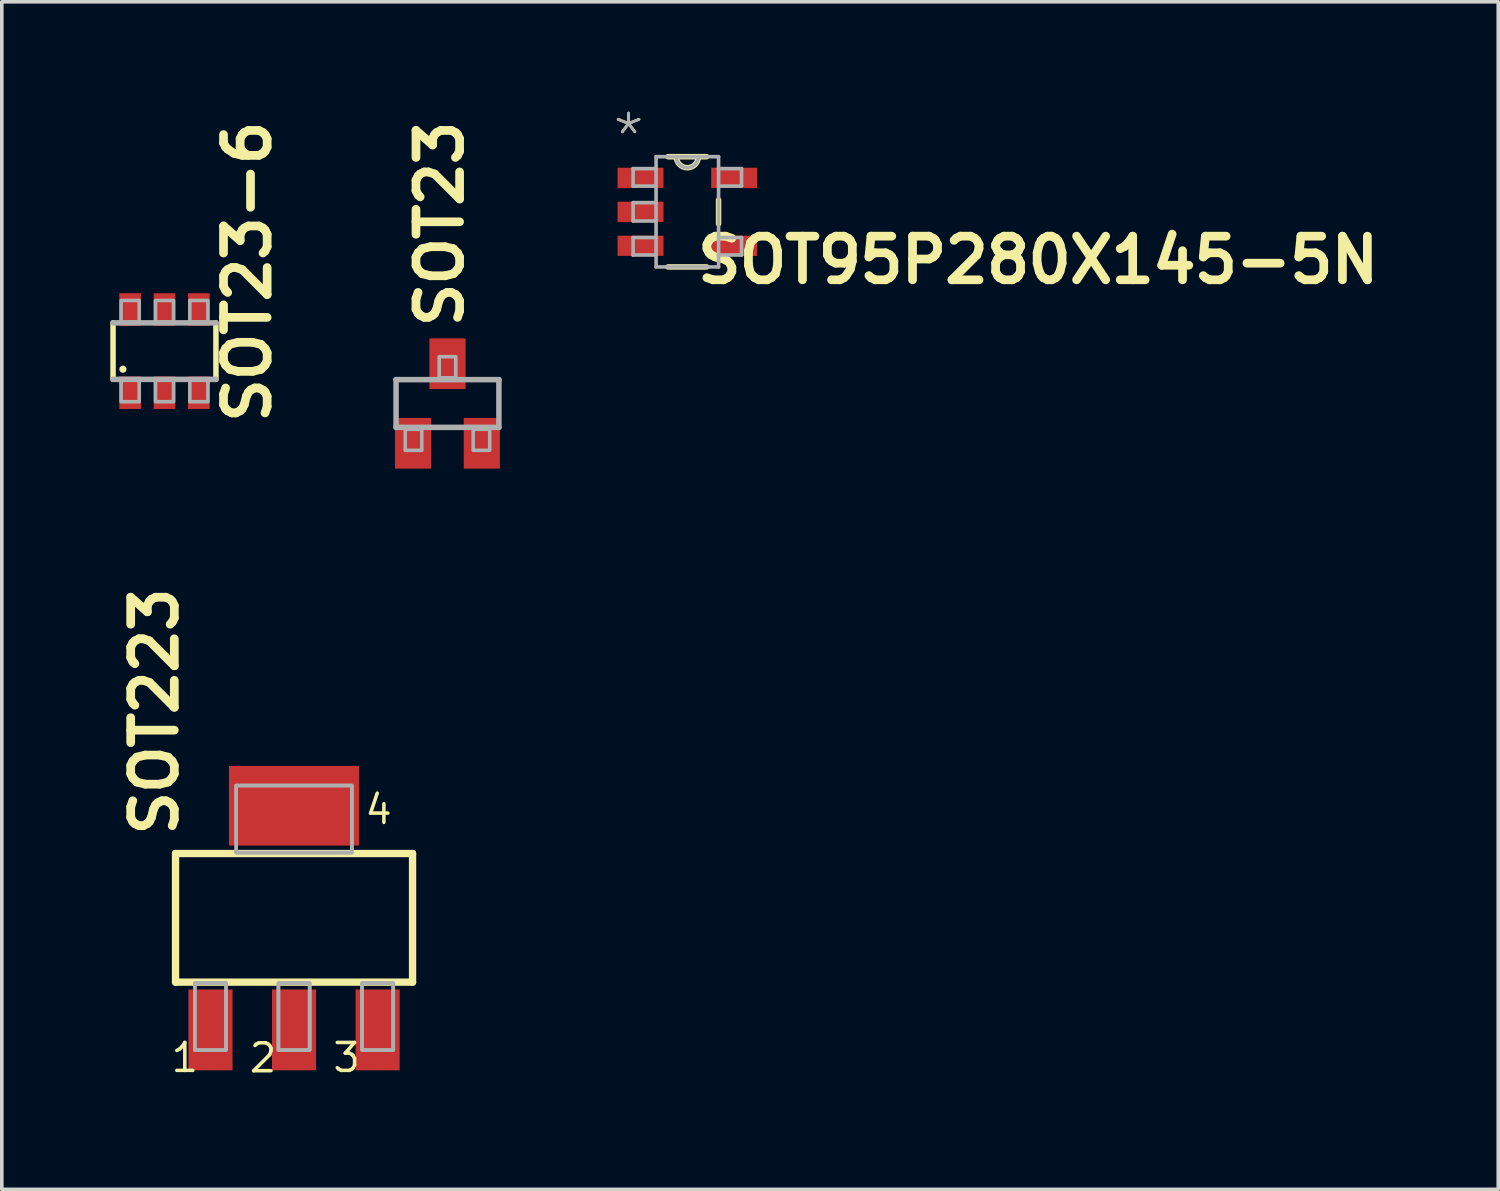
<source format=kicad_pcb>
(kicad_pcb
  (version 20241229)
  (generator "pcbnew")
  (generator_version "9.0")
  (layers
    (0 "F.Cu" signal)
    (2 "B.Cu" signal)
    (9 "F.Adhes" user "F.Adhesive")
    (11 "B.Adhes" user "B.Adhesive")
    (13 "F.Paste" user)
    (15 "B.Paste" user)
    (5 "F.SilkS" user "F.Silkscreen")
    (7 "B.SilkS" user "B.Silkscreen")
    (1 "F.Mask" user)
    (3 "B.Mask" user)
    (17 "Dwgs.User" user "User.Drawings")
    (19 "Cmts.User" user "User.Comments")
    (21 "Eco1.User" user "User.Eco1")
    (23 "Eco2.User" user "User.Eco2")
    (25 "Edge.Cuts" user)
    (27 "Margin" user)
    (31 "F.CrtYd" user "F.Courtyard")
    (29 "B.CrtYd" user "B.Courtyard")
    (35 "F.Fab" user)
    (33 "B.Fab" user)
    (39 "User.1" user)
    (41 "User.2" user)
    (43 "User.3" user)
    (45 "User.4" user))
  (footprint "SOT23"
    (layer "F.Cu")
    (at 9.324 8.108)
    (property "Reference" "SOT23" (at 0.495 -1.995 270) (layer "F.SilkS") (effects (font (size 1.206 1.206) (thickness 0.241)) (justify left bottom)))
    (attr through_hole)
    (fp_line (start -1.422 -0.66) (end 1.422 -0.66) (stroke (width 0.152) (type solid)) (layer "F.Fab"))
    (fp_line (start -1.422 0.66) (end -1.422 -0.66) (stroke (width 0.152) (type solid)) (layer "F.Fab"))
    (fp_line (start 1.422 -0.66) (end 1.422 0.66) (stroke (width 0.152) (type solid)) (layer "F.Fab"))
    (fp_line (start 1.422 0.66) (end -1.422 0.66) (stroke (width 0.152) (type solid)) (layer "F.Fab"))
    (fp_poly (pts (xy -1.168 1.295) (xy -0.711 1.295) (xy -0.711 0.711) (xy -1.168 0.711)) (stroke (width 0.1) (type solid)) (fill no) (layer "F.Fab"))
    (fp_poly (pts (xy -0.229 -0.711) (xy 0.229 -0.711) (xy 0.229 -1.295) (xy -0.229 -1.295)) (stroke (width 0.1) (type solid)) (fill no) (layer "F.Fab"))
    (fp_poly (pts (xy 0.711 1.295) (xy 1.168 1.295) (xy 1.168 0.711) (xy 0.711 0.711)) (stroke (width 0.1) (type solid)) (fill no) (layer "F.Fab"))
    (pad "1" smd rect (at -0.95 1.1) (size 1 1.4) (layers "F.Cu" "F.Mask" "F.Paste"))
    (pad "2" smd rect (at 0.95 1.1) (size 1 1.4) (layers "F.Cu" "F.Mask" "F.Paste"))
    (pad "3" smd rect (at 0 -1.1) (size 1 1.4) (layers "F.Cu" "F.Mask" "F.Paste")))
  (footprint "SOT223"
    (layer "F.Cu")
    (at 5.081 22.33)
    (property "Reference" "SOT223" (at -3.151 -2.16 90) (layer "F.SilkS") (effects (font (size 1.206 1.206) (thickness 0.241)) (justify left bottom)))
    (attr through_hole)
    (fp_line (start -3.277 -1.778) (end 3.277 -1.778) (stroke (width 0.203) (type solid)) (layer "F.SilkS"))
    (fp_line (start -3.277 1.778) (end -3.277 -1.778) (stroke (width 0.203) (type solid)) (layer "F.SilkS"))
    (fp_line (start 3.277 -1.778) (end 3.277 1.778) (stroke (width 0.203) (type solid)) (layer "F.SilkS"))
    (fp_line (start 3.277 1.778) (end -3.277 1.778) (stroke (width 0.203) (type solid)) (layer "F.SilkS"))
    (fp_poly (pts (xy -2.743 3.658) (xy -1.88 3.658) (xy -1.88 1.803) (xy -2.743 1.803)) (stroke (width 0.1) (type solid)) (fill no) (layer "F.Fab"))
    (fp_poly (pts (xy -2.743 3.658) (xy -1.88 3.658) (xy -1.88 1.803) (xy -2.743 1.803)) (stroke (width 0.1) (type solid)) (fill no) (layer "F.Fab"))
    (fp_poly (pts (xy -1.6 -1.803) (xy 1.6 -1.803) (xy 1.6 -3.658) (xy -1.6 -3.658)) (stroke (width 0.1) (type solid)) (fill no) (layer "F.Fab"))
    (fp_poly (pts (xy -1.6 -1.803) (xy 1.6 -1.803) (xy 1.6 -3.658) (xy -1.6 -3.658)) (stroke (width 0.1) (type solid)) (fill no) (layer "F.Fab"))
    (fp_poly (pts (xy -0.432 3.658) (xy 0.432 3.658) (xy 0.432 1.803) (xy -0.432 1.803)) (stroke (width 0.1) (type solid)) (fill no) (layer "F.Fab"))
    (fp_poly (pts (xy -0.432 3.658) (xy 0.432 3.658) (xy 0.432 1.803) (xy -0.432 1.803)) (stroke (width 0.1) (type solid)) (fill no) (layer "F.Fab"))
    (fp_poly (pts (xy 1.88 3.658) (xy 2.743 3.658) (xy 2.743 1.803) (xy 1.88 1.803)) (stroke (width 0.1) (type solid)) (fill no) (layer "F.Fab"))
    (fp_poly (pts (xy 1.88 3.658) (xy 2.743 3.658) (xy 2.743 1.803) (xy 1.88 1.803)) (stroke (width 0.1) (type solid)) (fill no) (layer "F.Fab"))
    (fp_text user "2" (at -1.291 4.327 0) (layer "F.SilkS") (effects (font (size 0.772 0.772) (thickness 0.098)) (justify left bottom)))
    (fp_text user "1" (at -3.453 4.318 0) (layer "F.SilkS") (effects (font (size 0.772 0.772) (thickness 0.098)) (justify left bottom)))
    (fp_text user "4" (at 1.905 -2.54 0) (layer "F.SilkS") (effects (font (size 0.772 0.772) (thickness 0.098)) (justify left bottom)))
    (fp_text user "3" (at 1.021 4.318 0) (layer "F.SilkS") (effects (font (size 0.772 0.772) (thickness 0.098)) (justify left bottom)))
    (pad "1" smd rect (at -2.311 3.099) (size 1.219 2.235) (layers "F.Cu" "F.Mask" "F.Paste"))
    (pad "2" smd rect (at 0 3.099) (size 1.219 2.235) (layers "F.Cu" "F.Mask" "F.Paste"))
    (pad "3" smd rect (at 2.311 3.099) (size 1.219 2.235) (layers "F.Cu" "F.Mask" "F.Paste"))
    (pad "4" smd rect (at 0 -3.099) (size 3.6 2.2) (layers "F.Cu" "F.Mask" "F.Paste")))
  (footprint "SOT23-6"
    (layer "F.Cu")
    (at 1.499 6.659)
    (property "Reference" "SOT23-6" (at 2.998 2.097 270) (layer "F.SilkS") (effects (font (size 1.206 1.206) (thickness 0.241)) (justify left bottom)))
    (attr through_hole)
    (fp_line (start -1.423 0.781) (end -1.423 -0.781) (stroke (width 0.152) (type solid)) (layer "F.SilkS"))
    (fp_line (start 1.422 -0.781) (end 1.422 0.781) (stroke (width 0.152) (type solid)) (layer "F.SilkS"))
    (fp_circle (center -1.15 0.5) (end -1.1 0.5) (stroke (width 0.1) (type solid)) (fill no) (layer "F.SilkS"))
    (fp_line (start -1.423 -0.781) (end 1.422 -0.781) (stroke (width 0.152) (type solid)) (layer "F.Fab"))
    (fp_line (start 1.422 0.781) (end -1.423 0.781) (stroke (width 0.152) (type solid)) (layer "F.Fab"))
    (fp_poly (pts (xy -1.2 -0.8) (xy -0.7 -0.8) (xy -0.7 -1.4) (xy -1.2 -1.4)) (stroke (width 0.1) (type solid)) (fill no) (layer "F.Fab"))
    (fp_poly (pts (xy -1.2 1.4) (xy -0.7 1.4) (xy -0.7 0.8) (xy -1.2 0.8)) (stroke (width 0.1) (type solid)) (fill no) (layer "F.Fab"))
    (fp_poly (pts (xy -0.25 -0.8) (xy 0.25 -0.8) (xy 0.25 -1.4) (xy -0.25 -1.4)) (stroke (width 0.1) (type solid)) (fill no) (layer "F.Fab"))
    (fp_poly (pts (xy -0.25 1.4) (xy 0.25 1.4) (xy 0.25 0.8) (xy -0.25 0.8)) (stroke (width 0.1) (type solid)) (fill no) (layer "F.Fab"))
    (fp_poly (pts (xy 0.7 -0.8) (xy 1.2 -0.8) (xy 1.2 -1.4) (xy 0.7 -1.4)) (stroke (width 0.1) (type solid)) (fill no) (layer "F.Fab"))
    (fp_poly (pts (xy 0.7 1.4) (xy 1.2 1.4) (xy 1.2 0.8) (xy 0.7 0.8)) (stroke (width 0.1) (type solid)) (fill no) (layer "F.Fab"))
    (pad "1" smd rect (at -0.95 1.15) (size 0.6 0.9) (layers "F.Cu" "F.Mask" "F.Paste"))
    (pad "2" smd rect (at 0 1.15) (size 0.6 0.9) (layers "F.Cu" "F.Mask" "F.Paste"))
    (pad "3" smd rect (at 0.95 1.15) (size 0.6 0.9) (layers "F.Cu" "F.Mask" "F.Paste"))
    (pad "4" smd rect (at 0.95 -1.15) (size 0.6 0.9) (layers "F.Cu" "F.Mask" "F.Paste"))
    (pad "5" smd rect (at 0 -1.15) (size 0.6 0.9) (layers "F.Cu" "F.Mask" "F.Paste"))
    (pad "6" smd rect (at -0.95 -1.15) (size 0.6 0.9) (layers "F.Cu" "F.Mask" "F.Paste")))
  (footprint "SOT95P280X145-5N"
    (layer "F.Cu")
    (at 15.956 2.807)
    (property "Reference" "SOT95P280X145-5N" (at 0.154 2.04 180) (layer "F.SilkS") (effects (font (size 1.206 1.206) (thickness 0.241)) (justify left bottom)))
    (attr through_hole)
    (fp_line (start -0.533 1.524) (end 0.533 1.524) (stroke (width 0.152) (type solid)) (layer "F.SilkS"))
    (fp_line (start -0.305 -1.524) (end -0.533 -1.524) (stroke (width 0.152) (type solid)) (layer "F.SilkS"))
    (fp_line (start 0.305 -1.524) (end -0.305 -1.524) (stroke (width 0.152) (type solid)) (layer "F.SilkS"))
    (fp_line (start 0.533 -1.524) (end 0.305 -1.524) (stroke (width 0.152) (type solid)) (layer "F.SilkS"))
    (fp_line (start 0.864 0.33) (end 0.864 -0.33) (stroke (width 0.152) (type solid)) (layer "F.SilkS"))
    (fp_arc (start 0.3048 -1.524) (mid 0 -1.2192) (end -0.3048 -1.524) (stroke (width 0.1524) (type solid)) (layer "F.SilkS"))
    (fp_line (start -1.499 -1.194) (end -1.499 -0.711) (stroke (width 0.1) (type solid)) (layer "F.Fab"))
    (fp_line (start -1.499 -0.711) (end -0.864 -0.711) (stroke (width 0.1) (type solid)) (layer "F.Fab"))
    (fp_line (start -1.499 -0.254) (end -1.499 0.254) (stroke (width 0.1) (type solid)) (layer "F.Fab"))
    (fp_line (start -1.499 0.254) (end -0.864 0.254) (stroke (width 0.1) (type solid)) (layer "F.Fab"))
    (fp_line (start -1.499 0.711) (end -1.499 1.194) (stroke (width 0.1) (type solid)) (layer "F.Fab"))
    (fp_line (start -1.499 1.194) (end -0.864 1.194) (stroke (width 0.1) (type solid)) (layer "F.Fab"))
    (fp_line (start -0.864 -1.524) (end -0.864 -1.194) (stroke (width 0.1) (type solid)) (layer "F.Fab"))
    (fp_line (start -0.864 -1.194) (end -1.499 -1.194) (stroke (width 0.1) (type solid)) (layer "F.Fab"))
    (fp_line (start -0.864 -1.194) (end -0.864 -0.711) (stroke (width 0.1) (type solid)) (layer "F.Fab"))
    (fp_line (start -0.864 -0.711) (end -0.864 -0.254) (stroke (width 0.1) (type solid)) (layer "F.Fab"))
    (fp_line (start -0.864 -0.254) (end -1.499 -0.254) (stroke (width 0.1) (type solid)) (layer "F.Fab"))
    (fp_line (start -0.864 -0.254) (end -0.864 0.254) (stroke (width 0.1) (type solid)) (layer "F.Fab"))
    (fp_line (start -0.864 0.254) (end -0.864 0.711) (stroke (width 0.1) (type solid)) (layer "F.Fab"))
    (fp_line (start -0.864 0.711) (end -1.499 0.711) (stroke (width 0.1) (type solid)) (layer "F.Fab"))
    (fp_line (start -0.864 1.194) (end -0.864 0.711) (stroke (width 0.1) (type solid)) (layer "F.Fab"))
    (fp_line (start -0.864 1.524) (end -0.864 1.194) (stroke (width 0.1) (type solid)) (layer "F.Fab"))
    (fp_line (start -0.864 1.524) (end 0.864 1.524) (stroke (width 0.1) (type solid)) (layer "F.Fab"))
    (fp_line (start -0.305 -1.524) (end -0.864 -1.524) (stroke (width 0.1) (type solid)) (layer "F.Fab"))
    (fp_line (start 0.305 -1.524) (end -0.305 -1.524) (stroke (width 0.1) (type solid)) (layer "F.Fab"))
    (fp_line (start 0.864 -1.524) (end 0.305 -1.524) (stroke (width 0.1) (type solid)) (layer "F.Fab"))
    (fp_line (start 0.864 -1.524) (end 0.864 -1.194) (stroke (width 0.1) (type solid)) (layer "F.Fab"))
    (fp_line (start 0.864 -1.194) (end 0.864 -0.711) (stroke (width 0.1) (type solid)) (layer "F.Fab"))
    (fp_line (start 0.864 -0.711) (end 1.499 -0.711) (stroke (width 0.1) (type solid)) (layer "F.Fab"))
    (fp_line (start 0.864 0.711) (end 0.864 -0.711) (stroke (width 0.1) (type solid)) (layer "F.Fab"))
    (fp_line (start 0.864 1.194) (end 0.864 0.711) (stroke (width 0.1) (type solid)) (layer "F.Fab"))
    (fp_line (start 0.864 1.194) (end 1.499 1.194) (stroke (width 0.1) (type solid)) (layer "F.Fab"))
    (fp_line (start 0.864 1.524) (end 0.864 1.194) (stroke (width 0.1) (type solid)) (layer "F.Fab"))
    (fp_line (start 1.499 -1.194) (end 0.864 -1.194) (stroke (width 0.1) (type solid)) (layer "F.Fab"))
    (fp_line (start 1.499 -0.711) (end 1.499 -1.194) (stroke (width 0.1) (type solid)) (layer "F.Fab"))
    (fp_line (start 1.499 0.711) (end 0.864 0.711) (stroke (width 0.1) (type solid)) (layer "F.Fab"))
    (fp_line (start 1.499 1.194) (end 1.499 0.711) (stroke (width 0.1) (type solid)) (layer "F.Fab"))
    (fp_arc (start 0.3048 -1.524) (mid 0 -1.2192) (end -0.3048 -1.524) (stroke (width 0.1) (type solid)) (layer "F.Fab"))
    (fp_text user "*" (at -2.134 -1.372 0) (layer "F.SilkS") (effects (font (size 1.206 1.206) (thickness 0.076)) (justify left bottom)))
    (fp_text user "*" (at -2.134 -1.372 0) (layer "F.Fab") (effects (font (size 1.206 1.206) (thickness 0.076)) (justify left bottom)))
    (pad "1" smd rect (at -1.295 -0.94) (size 1.27 0.559) (layers "F.Cu" "F.Mask" "F.Paste"))
    (pad "2" smd rect (at -1.295 0) (size 1.27 0.559) (layers "F.Cu" "F.Mask" "F.Paste"))
    (pad "3" smd rect (at -1.295 0.94) (size 1.27 0.559) (layers "F.Cu" "F.Mask" "F.Paste"))
    (pad "4" smd rect (at 1.295 0.94) (size 1.27 0.559) (layers "F.Cu" "F.Mask" "F.Paste"))
    (pad "5" smd rect (at 1.295 -0.94) (size 1.27 0.559) (layers "F.Cu" "F.Mask" "F.Paste")))
  (gr_rect
    (start -3 -3)
    (end 38.38 29.838)
    (stroke (width 0.1) (type default))
    (fill no)
    (layer "Edge.Cuts")))
</source>
